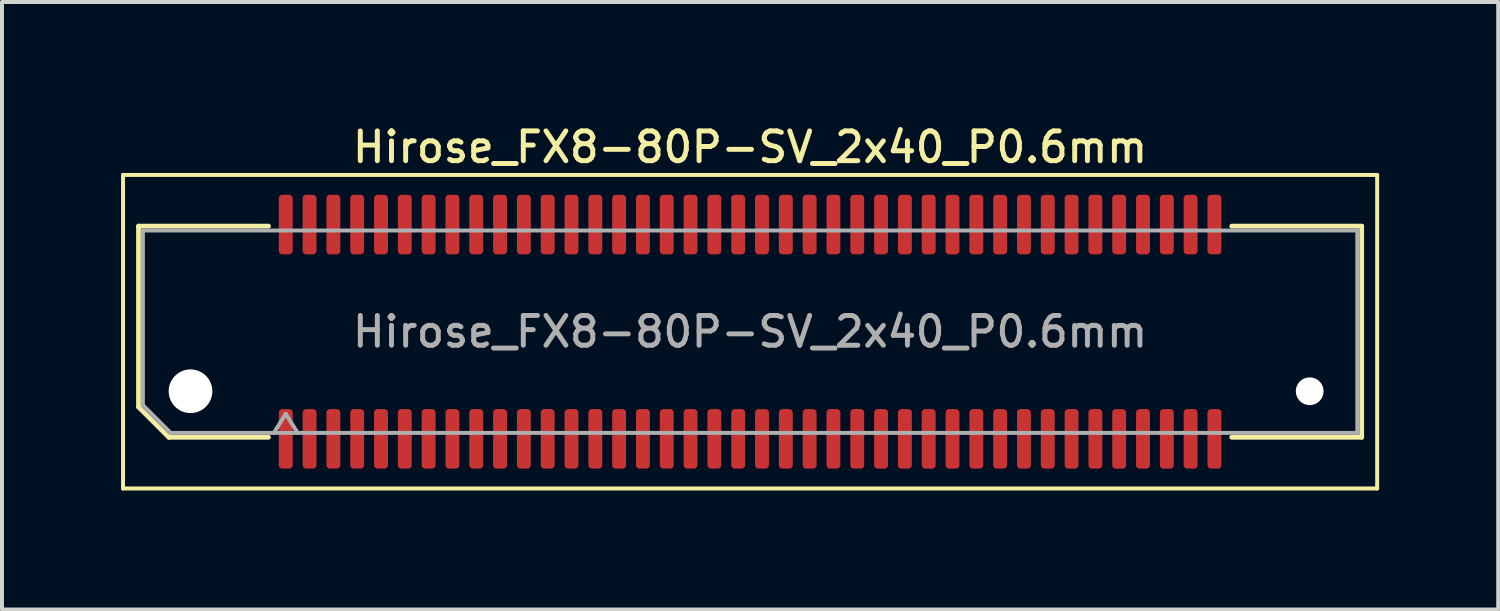
<source format=kicad_pcb>
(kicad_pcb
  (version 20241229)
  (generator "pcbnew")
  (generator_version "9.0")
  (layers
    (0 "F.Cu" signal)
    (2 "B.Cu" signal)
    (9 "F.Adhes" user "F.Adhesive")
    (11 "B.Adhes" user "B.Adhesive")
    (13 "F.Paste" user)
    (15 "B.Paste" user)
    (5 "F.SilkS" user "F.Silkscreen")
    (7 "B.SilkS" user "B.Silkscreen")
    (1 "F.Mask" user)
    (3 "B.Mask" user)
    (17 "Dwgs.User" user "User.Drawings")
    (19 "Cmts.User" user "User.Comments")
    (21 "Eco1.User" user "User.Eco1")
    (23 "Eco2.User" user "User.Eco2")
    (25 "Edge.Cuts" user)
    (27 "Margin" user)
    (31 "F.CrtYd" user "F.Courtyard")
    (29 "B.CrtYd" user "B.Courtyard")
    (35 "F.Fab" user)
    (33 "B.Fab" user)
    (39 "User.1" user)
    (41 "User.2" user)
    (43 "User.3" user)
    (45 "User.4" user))
  (footprint "Hirose_FX8-80P-SV_2x40_P0.6mm"
    (layer "F.Cu")
    (at 15.85 5.308)
    (property "Reference" "Hirose_FX8-80P-SV_2x40_P0.6mm" (at 0 -4.65 0) (layer "F.SilkS") (effects (font (size 0.75 0.75) (thickness 0.125))))
    (attr smd)
    (fp_line (start -15.8 -3.95) (end -15.8 3.95) (stroke (width 0.1) (type solid)) (layer "F.SilkS"))
    (fp_line (start -15.8 3.95) (end 15.8 3.95) (stroke (width 0.1) (type solid)) (layer "F.SilkS"))
    (fp_line (start -15.41 -2.66) (end -12.135 -2.66) (stroke (width 0.12) (type solid)) (layer "F.SilkS"))
    (fp_line (start -15.41 1.896) (end -15.41 -2.66) (stroke (width 0.12) (type solid)) (layer "F.SilkS"))
    (fp_line (start -14.646 2.66) (end -15.41 1.896) (stroke (width 0.12) (type solid)) (layer "F.SilkS"))
    (fp_line (start -12.135 2.66) (end -14.646 2.66) (stroke (width 0.12) (type solid)) (layer "F.SilkS"))
    (fp_line (start 12.135 -2.66) (end 15.41 -2.66) (stroke (width 0.12) (type solid)) (layer "F.SilkS"))
    (fp_line (start 15.41 -2.66) (end 15.41 2.66) (stroke (width 0.12) (type solid)) (layer "F.SilkS"))
    (fp_line (start 15.41 2.66) (end 12.135 2.66) (stroke (width 0.12) (type solid)) (layer "F.SilkS"))
    (fp_line (start 15.8 -3.95) (end -15.8 -3.95) (stroke (width 0.1) (type solid)) (layer "F.SilkS"))
    (fp_line (start 15.8 3.95) (end 15.8 -3.95) (stroke (width 0.1) (type solid)) (layer "F.SilkS"))
    (fp_line (start -15.3 -2.55) (end 15.3 -2.55) (stroke (width 0.1) (type solid)) (layer "F.Fab"))
    (fp_line (start -15.3 1.85) (end -15.3 -2.55) (stroke (width 0.1) (type solid)) (layer "F.Fab"))
    (fp_line (start -14.6 2.55) (end -15.3 1.85) (stroke (width 0.1) (type solid)) (layer "F.Fab"))
    (fp_line (start -12 2.55) (end -11.7 2.07) (stroke (width 0.1) (type solid)) (layer "F.Fab"))
    (fp_line (start -11.7 2.07) (end -11.4 2.55) (stroke (width 0.1) (type solid)) (layer "F.Fab"))
    (fp_line (start 15.3 -2.55) (end 15.3 2.55) (stroke (width 0.1) (type solid)) (layer "F.Fab"))
    (fp_line (start 15.3 2.55) (end -14.6 2.55) (stroke (width 0.1) (type solid)) (layer "F.Fab"))
    (fp_text user "${REFERENCE}" (at 0 0 0) (layer "F.Fab") (effects (font (size 0.75 0.75) (thickness 0.125))))
    (pad "" np_thru_hole circle (at -14.1 1.5) (size 1.1 1.1) (drill 1.1) (layers "*.Cu" "*.Mask"))
    (pad "" np_thru_hole circle (at 14.1 1.5) (size 0.7 0.7) (drill 0.7) (layers "*.Cu" "*.Mask"))
    (pad "1" smd roundrect (at -11.7 2.7) (size 0.35 1.5) (layers "F.Cu" "F.Mask" "F.Paste") (roundrect_rratio 0.25))
    (pad "2" smd roundrect (at -11.7 -2.7) (size 0.35 1.5) (layers "F.Cu" "F.Mask" "F.Paste") (roundrect_rratio 0.25))
    (pad "3" smd roundrect (at -11.1 2.7) (size 0.35 1.5) (layers "F.Cu" "F.Mask" "F.Paste") (roundrect_rratio 0.25))
    (pad "4" smd roundrect (at -11.1 -2.7) (size 0.35 1.5) (layers "F.Cu" "F.Mask" "F.Paste") (roundrect_rratio 0.25))
    (pad "5" smd roundrect (at -10.5 2.7) (size 0.35 1.5) (layers "F.Cu" "F.Mask" "F.Paste") (roundrect_rratio 0.25))
    (pad "6" smd roundrect (at -10.5 -2.7) (size 0.35 1.5) (layers "F.Cu" "F.Mask" "F.Paste") (roundrect_rratio 0.25))
    (pad "7" smd roundrect (at -9.9 2.7) (size 0.35 1.5) (layers "F.Cu" "F.Mask" "F.Paste") (roundrect_rratio 0.25))
    (pad "8" smd roundrect (at -9.9 -2.7) (size 0.35 1.5) (layers "F.Cu" "F.Mask" "F.Paste") (roundrect_rratio 0.25))
    (pad "9" smd roundrect (at -9.3 2.7) (size 0.35 1.5) (layers "F.Cu" "F.Mask" "F.Paste") (roundrect_rratio 0.25))
    (pad "10" smd roundrect (at -9.3 -2.7) (size 0.35 1.5) (layers "F.Cu" "F.Mask" "F.Paste") (roundrect_rratio 0.25))
    (pad "11" smd roundrect (at -8.7 2.7) (size 0.35 1.5) (layers "F.Cu" "F.Mask" "F.Paste") (roundrect_rratio 0.25))
    (pad "12" smd roundrect (at -8.7 -2.7) (size 0.35 1.5) (layers "F.Cu" "F.Mask" "F.Paste") (roundrect_rratio 0.25))
    (pad "13" smd roundrect (at -8.1 2.7) (size 0.35 1.5) (layers "F.Cu" "F.Mask" "F.Paste") (roundrect_rratio 0.25))
    (pad "14" smd roundrect (at -8.1 -2.7) (size 0.35 1.5) (layers "F.Cu" "F.Mask" "F.Paste") (roundrect_rratio 0.25))
    (pad "15" smd roundrect (at -7.5 2.7) (size 0.35 1.5) (layers "F.Cu" "F.Mask" "F.Paste") (roundrect_rratio 0.25))
    (pad "16" smd roundrect (at -7.5 -2.7) (size 0.35 1.5) (layers "F.Cu" "F.Mask" "F.Paste") (roundrect_rratio 0.25))
    (pad "17" smd roundrect (at -6.9 2.7) (size 0.35 1.5) (layers "F.Cu" "F.Mask" "F.Paste") (roundrect_rratio 0.25))
    (pad "18" smd roundrect (at -6.9 -2.7) (size 0.35 1.5) (layers "F.Cu" "F.Mask" "F.Paste") (roundrect_rratio 0.25))
    (pad "19" smd roundrect (at -6.3 2.7) (size 0.35 1.5) (layers "F.Cu" "F.Mask" "F.Paste") (roundrect_rratio 0.25))
    (pad "20" smd roundrect (at -6.3 -2.7) (size 0.35 1.5) (layers "F.Cu" "F.Mask" "F.Paste") (roundrect_rratio 0.25))
    (pad "21" smd roundrect (at -5.7 2.7) (size 0.35 1.5) (layers "F.Cu" "F.Mask" "F.Paste") (roundrect_rratio 0.25))
    (pad "22" smd roundrect (at -5.7 -2.7) (size 0.35 1.5) (layers "F.Cu" "F.Mask" "F.Paste") (roundrect_rratio 0.25))
    (pad "23" smd roundrect (at -5.1 2.7) (size 0.35 1.5) (layers "F.Cu" "F.Mask" "F.Paste") (roundrect_rratio 0.25))
    (pad "24" smd roundrect (at -5.1 -2.7) (size 0.35 1.5) (layers "F.Cu" "F.Mask" "F.Paste") (roundrect_rratio 0.25))
    (pad "25" smd roundrect (at -4.5 2.7) (size 0.35 1.5) (layers "F.Cu" "F.Mask" "F.Paste") (roundrect_rratio 0.25))
    (pad "26" smd roundrect (at -4.5 -2.7) (size 0.35 1.5) (layers "F.Cu" "F.Mask" "F.Paste") (roundrect_rratio 0.25))
    (pad "27" smd roundrect (at -3.9 2.7) (size 0.35 1.5) (layers "F.Cu" "F.Mask" "F.Paste") (roundrect_rratio 0.25))
    (pad "28" smd roundrect (at -3.9 -2.7) (size 0.35 1.5) (layers "F.Cu" "F.Mask" "F.Paste") (roundrect_rratio 0.25))
    (pad "29" smd roundrect (at -3.3 2.7) (size 0.35 1.5) (layers "F.Cu" "F.Mask" "F.Paste") (roundrect_rratio 0.25))
    (pad "30" smd roundrect (at -3.3 -2.7) (size 0.35 1.5) (layers "F.Cu" "F.Mask" "F.Paste") (roundrect_rratio 0.25))
    (pad "31" smd roundrect (at -2.7 2.7) (size 0.35 1.5) (layers "F.Cu" "F.Mask" "F.Paste") (roundrect_rratio 0.25))
    (pad "32" smd roundrect (at -2.7 -2.7) (size 0.35 1.5) (layers "F.Cu" "F.Mask" "F.Paste") (roundrect_rratio 0.25))
    (pad "33" smd roundrect (at -2.1 2.7) (size 0.35 1.5) (layers "F.Cu" "F.Mask" "F.Paste") (roundrect_rratio 0.25))
    (pad "34" smd roundrect (at -2.1 -2.7) (size 0.35 1.5) (layers "F.Cu" "F.Mask" "F.Paste") (roundrect_rratio 0.25))
    (pad "35" smd roundrect (at -1.5 2.7) (size 0.35 1.5) (layers "F.Cu" "F.Mask" "F.Paste") (roundrect_rratio 0.25))
    (pad "36" smd roundrect (at -1.5 -2.7) (size 0.35 1.5) (layers "F.Cu" "F.Mask" "F.Paste") (roundrect_rratio 0.25))
    (pad "37" smd roundrect (at -0.9 2.7) (size 0.35 1.5) (layers "F.Cu" "F.Mask" "F.Paste") (roundrect_rratio 0.25))
    (pad "38" smd roundrect (at -0.9 -2.7) (size 0.35 1.5) (layers "F.Cu" "F.Mask" "F.Paste") (roundrect_rratio 0.25))
    (pad "39" smd roundrect (at -0.3 2.7) (size 0.35 1.5) (layers "F.Cu" "F.Mask" "F.Paste") (roundrect_rratio 0.25))
    (pad "40" smd roundrect (at -0.3 -2.7) (size 0.35 1.5) (layers "F.Cu" "F.Mask" "F.Paste") (roundrect_rratio 0.25))
    (pad "41" smd roundrect (at 0.3 2.7) (size 0.35 1.5) (layers "F.Cu" "F.Mask" "F.Paste") (roundrect_rratio 0.25))
    (pad "42" smd roundrect (at 0.3 -2.7) (size 0.35 1.5) (layers "F.Cu" "F.Mask" "F.Paste") (roundrect_rratio 0.25))
    (pad "43" smd roundrect (at 0.9 2.7) (size 0.35 1.5) (layers "F.Cu" "F.Mask" "F.Paste") (roundrect_rratio 0.25))
    (pad "44" smd roundrect (at 0.9 -2.7) (size 0.35 1.5) (layers "F.Cu" "F.Mask" "F.Paste") (roundrect_rratio 0.25))
    (pad "45" smd roundrect (at 1.5 2.7) (size 0.35 1.5) (layers "F.Cu" "F.Mask" "F.Paste") (roundrect_rratio 0.25))
    (pad "46" smd roundrect (at 1.5 -2.7) (size 0.35 1.5) (layers "F.Cu" "F.Mask" "F.Paste") (roundrect_rratio 0.25))
    (pad "47" smd roundrect (at 2.1 2.7) (size 0.35 1.5) (layers "F.Cu" "F.Mask" "F.Paste") (roundrect_rratio 0.25))
    (pad "48" smd roundrect (at 2.1 -2.7) (size 0.35 1.5) (layers "F.Cu" "F.Mask" "F.Paste") (roundrect_rratio 0.25))
    (pad "49" smd roundrect (at 2.7 2.7) (size 0.35 1.5) (layers "F.Cu" "F.Mask" "F.Paste") (roundrect_rratio 0.25))
    (pad "50" smd roundrect (at 2.7 -2.7) (size 0.35 1.5) (layers "F.Cu" "F.Mask" "F.Paste") (roundrect_rratio 0.25))
    (pad "51" smd roundrect (at 3.3 2.7) (size 0.35 1.5) (layers "F.Cu" "F.Mask" "F.Paste") (roundrect_rratio 0.25))
    (pad "52" smd roundrect (at 3.3 -2.7) (size 0.35 1.5) (layers "F.Cu" "F.Mask" "F.Paste") (roundrect_rratio 0.25))
    (pad "53" smd roundrect (at 3.9 2.7) (size 0.35 1.5) (layers "F.Cu" "F.Mask" "F.Paste") (roundrect_rratio 0.25))
    (pad "54" smd roundrect (at 3.9 -2.7) (size 0.35 1.5) (layers "F.Cu" "F.Mask" "F.Paste") (roundrect_rratio 0.25))
    (pad "55" smd roundrect (at 4.5 2.7) (size 0.35 1.5) (layers "F.Cu" "F.Mask" "F.Paste") (roundrect_rratio 0.25))
    (pad "56" smd roundrect (at 4.5 -2.7) (size 0.35 1.5) (layers "F.Cu" "F.Mask" "F.Paste") (roundrect_rratio 0.25))
    (pad "57" smd roundrect (at 5.1 2.7) (size 0.35 1.5) (layers "F.Cu" "F.Mask" "F.Paste") (roundrect_rratio 0.25))
    (pad "58" smd roundrect (at 5.1 -2.7) (size 0.35 1.5) (layers "F.Cu" "F.Mask" "F.Paste") (roundrect_rratio 0.25))
    (pad "59" smd roundrect (at 5.7 2.7) (size 0.35 1.5) (layers "F.Cu" "F.Mask" "F.Paste") (roundrect_rratio 0.25))
    (pad "60" smd roundrect (at 5.7 -2.7) (size 0.35 1.5) (layers "F.Cu" "F.Mask" "F.Paste") (roundrect_rratio 0.25))
    (pad "61" smd roundrect (at 6.3 2.7) (size 0.35 1.5) (layers "F.Cu" "F.Mask" "F.Paste") (roundrect_rratio 0.25))
    (pad "62" smd roundrect (at 6.3 -2.7) (size 0.35 1.5) (layers "F.Cu" "F.Mask" "F.Paste") (roundrect_rratio 0.25))
    (pad "63" smd roundrect (at 6.9 2.7) (size 0.35 1.5) (layers "F.Cu" "F.Mask" "F.Paste") (roundrect_rratio 0.25))
    (pad "64" smd roundrect (at 6.9 -2.7) (size 0.35 1.5) (layers "F.Cu" "F.Mask" "F.Paste") (roundrect_rratio 0.25))
    (pad "65" smd roundrect (at 7.5 2.7) (size 0.35 1.5) (layers "F.Cu" "F.Mask" "F.Paste") (roundrect_rratio 0.25))
    (pad "66" smd roundrect (at 7.5 -2.7) (size 0.35 1.5) (layers "F.Cu" "F.Mask" "F.Paste") (roundrect_rratio 0.25))
    (pad "67" smd roundrect (at 8.1 2.7) (size 0.35 1.5) (layers "F.Cu" "F.Mask" "F.Paste") (roundrect_rratio 0.25))
    (pad "68" smd roundrect (at 8.1 -2.7) (size 0.35 1.5) (layers "F.Cu" "F.Mask" "F.Paste") (roundrect_rratio 0.25))
    (pad "69" smd roundrect (at 8.7 2.7) (size 0.35 1.5) (layers "F.Cu" "F.Mask" "F.Paste") (roundrect_rratio 0.25))
    (pad "70" smd roundrect (at 8.7 -2.7) (size 0.35 1.5) (layers "F.Cu" "F.Mask" "F.Paste") (roundrect_rratio 0.25))
    (pad "71" smd roundrect (at 9.3 2.7) (size 0.35 1.5) (layers "F.Cu" "F.Mask" "F.Paste") (roundrect_rratio 0.25))
    (pad "72" smd roundrect (at 9.3 -2.7) (size 0.35 1.5) (layers "F.Cu" "F.Mask" "F.Paste") (roundrect_rratio 0.25))
    (pad "73" smd roundrect (at 9.9 2.7) (size 0.35 1.5) (layers "F.Cu" "F.Mask" "F.Paste") (roundrect_rratio 0.25))
    (pad "74" smd roundrect (at 9.9 -2.7) (size 0.35 1.5) (layers "F.Cu" "F.Mask" "F.Paste") (roundrect_rratio 0.25))
    (pad "75" smd roundrect (at 10.5 2.7) (size 0.35 1.5) (layers "F.Cu" "F.Mask" "F.Paste") (roundrect_rratio 0.25))
    (pad "76" smd roundrect (at 10.5 -2.7) (size 0.35 1.5) (layers "F.Cu" "F.Mask" "F.Paste") (roundrect_rratio 0.25))
    (pad "77" smd roundrect (at 11.1 2.7) (size 0.35 1.5) (layers "F.Cu" "F.Mask" "F.Paste") (roundrect_rratio 0.25))
    (pad "78" smd roundrect (at 11.1 -2.7) (size 0.35 1.5) (layers "F.Cu" "F.Mask" "F.Paste") (roundrect_rratio 0.25))
    (pad "79" smd roundrect (at 11.7 2.7) (size 0.35 1.5) (layers "F.Cu" "F.Mask" "F.Paste") (roundrect_rratio 0.25))
    (pad "80" smd roundrect (at 11.7 -2.7) (size 0.35 1.5) (layers "F.Cu" "F.Mask" "F.Paste") (roundrect_rratio 0.25)))
  (gr_rect
    (start -3 -3)
    (end 34.7 12.308)
    (stroke (width 0.1) (type default))
    (fill no)
    (layer "Edge.Cuts")))
</source>
